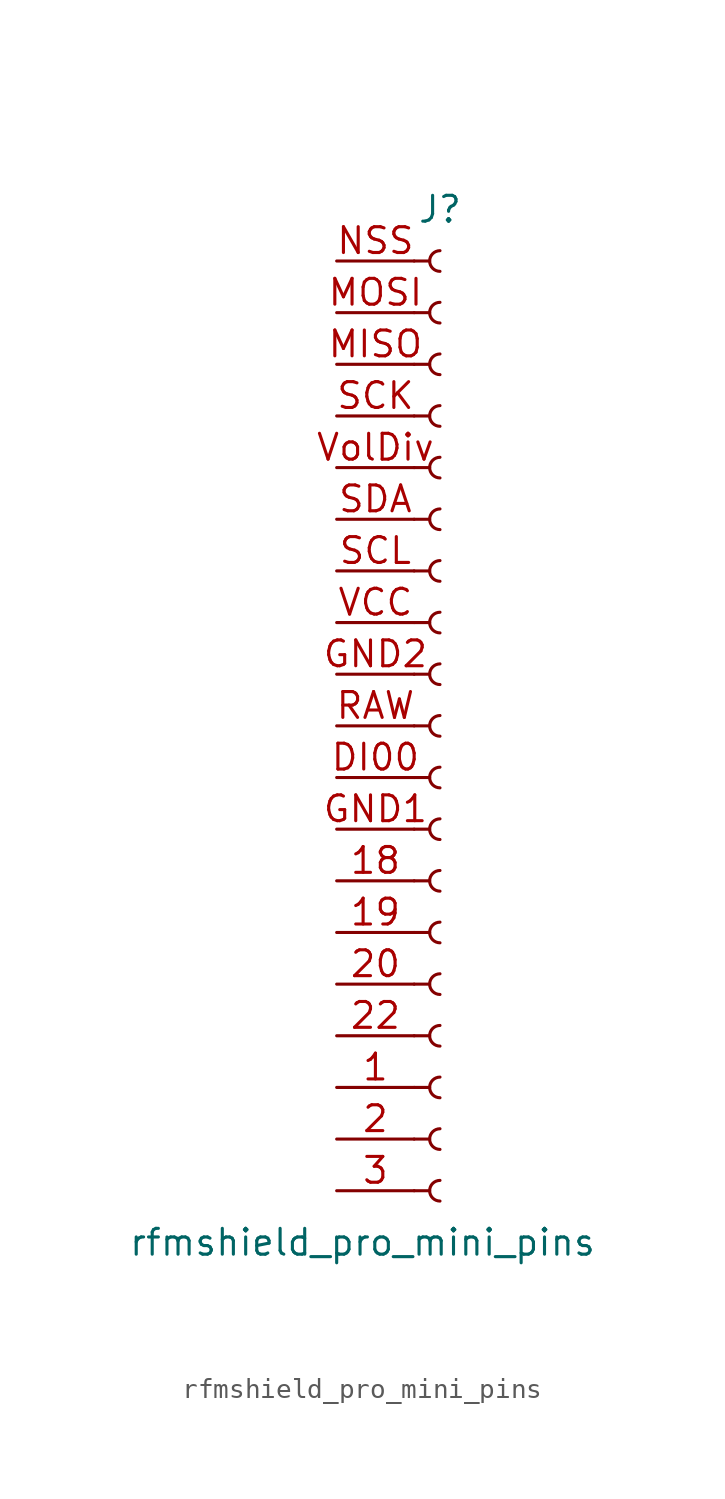
<source format=kicad_sym>
(kicad_symbol_lib
  (version 20211014)
  (generator kicad_symbol_editor)
  (symbol "rfmshield_pro_mini_pins"
    (pin_names
      (offset 1.016) hide)
    (property "Reference" "J"
      (at 0 25.4 0)
      (effects (font (size 1.27 1.27))))
    (property "Value" "rfmshield_pro_mini_pins"
      (at -3.81 -25.4 0)
      (effects (font (size 1.27 1.27))))
    (symbol "rfmshield_pro_mini_pins_1_1"
      (arc (start 0 -22.352) (mid -0.508 -22.86) (end 0 -23.368) (stroke (width 0.1524) (type default) (color 0 0 0 0)) (fill (type none)))
      (arc (start 0 -19.812) (mid -0.508 -20.32) (end 0 -20.828) (stroke (width 0.1524) (type default) (color 0 0 0 0)) (fill (type none)))
      (arc (start 0 -17.272) (mid -0.508 -17.78) (end 0 -18.288) (stroke (width 0.1524) (type default) (color 0 0 0 0)) (fill (type none)))
      (arc (start 0 -14.732) (mid -0.508 -15.24) (end 0 -15.748) (stroke (width 0.1524) (type default) (color 0 0 0 0)) (fill (type none)))
      (arc (start 0 -12.192) (mid -0.508 -12.7) (end 0 -13.208) (stroke (width 0.1524) (type default) (color 0 0 0 0)) (fill (type none)))
      (arc (start 0 -9.652) (mid -0.508 -10.16) (end 0 -10.668) (stroke (width 0.1524) (type default) (color 0 0 0 0)) (fill (type none)))
      (arc (start 0 -7.112) (mid -0.508 -7.62) (end 0 -8.128) (stroke (width 0.1524) (type default) (color 0 0 0 0)) (fill (type none)))
      (arc (start 0 -4.572) (mid -0.508 -5.08) (end 0 -5.588) (stroke (width 0.1524) (type default) (color 0 0 0 0)) (fill (type none)))
      (arc (start 0 -2.032) (mid -0.508 -2.54) (end 0 -3.048) (stroke (width 0.1524) (type default) (color 0 0 0 0)) (fill (type none)))
      (polyline (pts (xy -1.27 -22.86) (xy -0.508 -22.86)) (stroke (width 0.152) (type default) (color 0 0 0 0)) (fill (type none)))
      (polyline (pts (xy -1.27 -20.32) (xy -0.508 -20.32)) (stroke (width 0.152) (type default) (color 0 0 0 0)) (fill (type none)))
      (polyline (pts (xy -1.27 -17.78) (xy -0.508 -17.78)) (stroke (width 0.152) (type default) (color 0 0 0 0)) (fill (type none)))
      (polyline (pts (xy -1.27 -15.24) (xy -0.508 -15.24)) (stroke (width 0.152) (type default) (color 0 0 0 0)) (fill (type none)))
      (polyline (pts (xy -1.27 -12.7) (xy -0.508 -12.7)) (stroke (width 0.152) (type default) (color 0 0 0 0)) (fill (type none)))
      (polyline (pts (xy -1.27 -10.16) (xy -0.508 -10.16)) (stroke (width 0.152) (type default) (color 0 0 0 0)) (fill (type none)))
      (polyline (pts (xy -1.27 -7.62) (xy -0.508 -7.62)) (stroke (width 0.152) (type default) (color 0 0 0 0)) (fill (type none)))
      (polyline (pts (xy -1.27 -5.08) (xy -0.508 -5.08)) (stroke (width 0.152) (type default) (color 0 0 0 0)) (fill (type none)))
      (polyline (pts (xy -1.27 -2.54) (xy -0.508 -2.54)) (stroke (width 0.152) (type default) (color 0 0 0 0)) (fill (type none)))
      (polyline (pts (xy -1.27 0) (xy -0.508 0)) (stroke (width 0.152) (type default) (color 0 0 0 0)) (fill (type none)))
      (polyline (pts (xy -1.27 2.54) (xy -0.508 2.54)) (stroke (width 0.152) (type default) (color 0 0 0 0)) (fill (type none)))
      (polyline (pts (xy -1.27 5.08) (xy -0.508 5.08)) (stroke (width 0.152) (type default) (color 0 0 0 0)) (fill (type none)))
      (polyline (pts (xy -1.27 7.62) (xy -0.508 7.62)) (stroke (width 0.152) (type default) (color 0 0 0 0)) (fill (type none)))
      (polyline (pts (xy -1.27 10.16) (xy -0.508 10.16)) (stroke (width 0.152) (type default) (color 0 0 0 0)) (fill (type none)))
      (polyline (pts (xy -1.27 12.7) (xy -0.508 12.7)) (stroke (width 0.152) (type default) (color 0 0 0 0)) (fill (type none)))
      (polyline (pts (xy -1.27 15.24) (xy -0.508 15.24)) (stroke (width 0.152) (type default) (color 0 0 0 0)) (fill (type none)))
      (polyline (pts (xy -1.27 17.78) (xy -0.508 17.78)) (stroke (width 0.152) (type default) (color 0 0 0 0)) (fill (type none)))
      (polyline (pts (xy -1.27 20.32) (xy -0.508 20.32)) (stroke (width 0.152) (type default) (color 0 0 0 0)) (fill (type none)))
      (polyline (pts (xy -1.27 22.86) (xy -0.508 22.86)) (stroke (width 0.152) (type default) (color 0 0 0 0)) (fill (type none)))
      (arc (start 0 0.508) (mid -0.508 0) (end 0 -0.508) (stroke (width 0.1524) (type default) (color 0 0 0 0)) (fill (type none)))
      (arc (start 0 3.048) (mid -0.508 2.54) (end 0 2.032) (stroke (width 0.1524) (type default) (color 0 0 0 0)) (fill (type none)))
      (arc (start 0 5.588) (mid -0.508 5.08) (end 0 4.572) (stroke (width 0.1524) (type default) (color 0 0 0 0)) (fill (type none)))
      (arc (start 0 8.128) (mid -0.508 7.62) (end 0 7.112) (stroke (width 0.1524) (type default) (color 0 0 0 0)) (fill (type none)))
      (arc (start 0 10.668) (mid -0.508 10.16) (end 0 9.652) (stroke (width 0.1524) (type default) (color 0 0 0 0)) (fill (type none)))
      (arc (start 0 13.208) (mid -0.508 12.7) (end 0 12.192) (stroke (width 0.1524) (type default) (color 0 0 0 0)) (fill (type none)))
      (arc (start 0 15.748) (mid -0.508 15.24) (end 0 14.732) (stroke (width 0.1524) (type default) (color 0 0 0 0)) (fill (type none)))
      (arc (start 0 18.288) (mid -0.508 17.78) (end 0 17.272) (stroke (width 0.1524) (type default) (color 0 0 0 0)) (fill (type none)))
      (arc (start 0 20.828) (mid -0.508 20.32) (end 0 19.812) (stroke (width 0.1524) (type default) (color 0 0 0 0)) (fill (type none)))
      (arc (start 0 23.368) (mid -0.508 22.86) (end 0 22.352) (stroke (width 0.1524) (type default) (color 0 0 0 0)) (fill (type none)))
      (pin passive line (at -5.08 -17.78 0) (length 3.81) (name "1" (effects (font (size 1.27 1.27)))) (number "1" (effects (font (size 1.27 1.27)))))
      (pin passive line (at -5.08 -7.62 0) (length 3.81) (name "18" (effects (font (size 1.27 1.27)))) (number "18" (effects (font (size 1.27 1.27)))))
      (pin passive line (at -5.08 -10.16 0) (length 3.81) (name "19" (effects (font (size 1.27 1.27)))) (number "19" (effects (font (size 1.27 1.27)))))
      (pin passive line (at -5.08 -20.32 0) (length 3.81) (name "2" (effects (font (size 1.27 1.27)))) (number "2" (effects (font (size 1.27 1.27)))))
      (pin passive line (at -5.08 -12.7 0) (length 3.81) (name "20" (effects (font (size 1.27 1.27)))) (number "20" (effects (font (size 1.27 1.27)))))
      (pin passive line (at -5.08 -15.24 0) (length 3.81) (name "22" (effects (font (size 1.27 1.27)))) (number "22" (effects (font (size 1.27 1.27)))))
      (pin passive line (at -5.08 -22.86 0) (length 3.81) (name "3" (effects (font (size 1.27 1.27)))) (number "3" (effects (font (size 1.27 1.27)))))
      (pin passive line (at -5.08 -2.54 0) (length 3.81) (name "DI00" (effects (font (size 1.27 1.27)))) (number "DI00" (effects (font (size 1.27 1.27)))))
      (pin passive line (at -5.08 -5.08 0) (length 3.81) (name "GND1" (effects (font (size 1.27 1.27)))) (number "GND1" (effects (font (size 1.27 1.27)))))
      (pin passive line (at -5.08 2.54 0) (length 3.81) (name "GND2" (effects (font (size 1.27 1.27)))) (number "GND2" (effects (font (size 1.27 1.27)))))
      (pin passive line (at -5.08 17.78 0) (length 3.81) (name "MISO" (effects (font (size 1.27 1.27)))) (number "MISO" (effects (font (size 1.27 1.27)))))
      (pin passive line (at -5.08 20.32 0) (length 3.81) (name "MOSI" (effects (font (size 1.27 1.27)))) (number "MOSI" (effects (font (size 1.27 1.27)))))
      (pin passive line (at -5.08 22.86 0) (length 3.81) (name "NSS" (effects (font (size 1.27 1.27)))) (number "NSS" (effects (font (size 1.27 1.27)))))
      (pin passive line (at -5.08 0 0) (length 3.81) (name "RAW" (effects (font (size 1.27 1.27)))) (number "RAW" (effects (font (size 1.27 1.27)))))
      (pin passive line (at -5.08 15.24 0) (length 3.81) (name "SCK" (effects (font (size 1.27 1.27)))) (number "SCK" (effects (font (size 1.27 1.27)))))
      (pin passive line (at -5.08 7.62 0) (length 3.81) (name "SCL" (effects (font (size 1.27 1.27)))) (number "SCL" (effects (font (size 1.27 1.27)))))
      (pin passive line (at -5.08 10.16 0) (length 3.81) (name "SDA" (effects (font (size 1.27 1.27)))) (number "SDA" (effects (font (size 1.27 1.27)))))
      (pin passive line (at -5.08 5.08 0) (length 3.81) (name "VCC" (effects (font (size 1.27 1.27)))) (number "VCC" (effects (font (size 1.27 1.27)))))
      (pin passive line (at -5.08 12.7 0) (length 3.81) (name "VolDiv" (effects (font (size 1.27 1.27)))) (number "VolDiv" (effects (font (size 1.27 1.27))))))))
</source>
